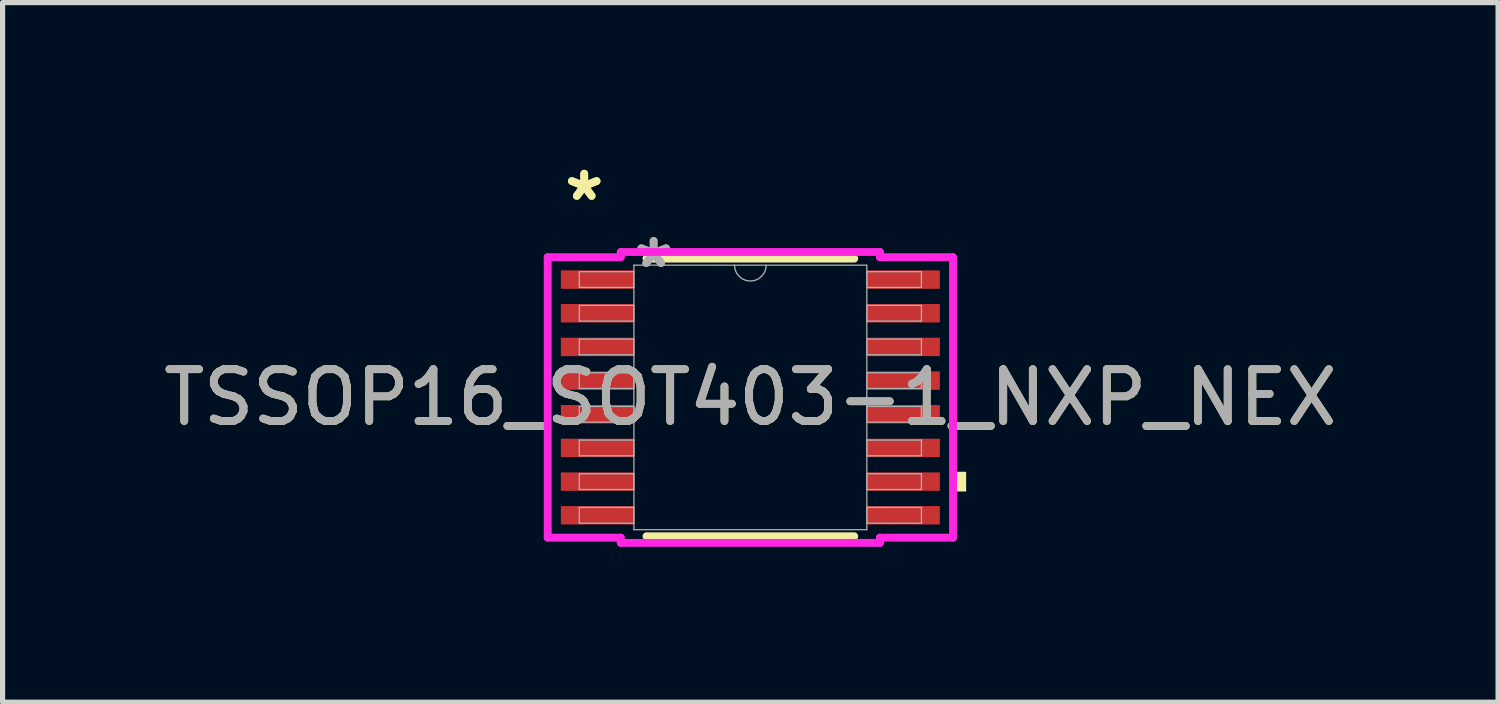
<source format=kicad_pcb>
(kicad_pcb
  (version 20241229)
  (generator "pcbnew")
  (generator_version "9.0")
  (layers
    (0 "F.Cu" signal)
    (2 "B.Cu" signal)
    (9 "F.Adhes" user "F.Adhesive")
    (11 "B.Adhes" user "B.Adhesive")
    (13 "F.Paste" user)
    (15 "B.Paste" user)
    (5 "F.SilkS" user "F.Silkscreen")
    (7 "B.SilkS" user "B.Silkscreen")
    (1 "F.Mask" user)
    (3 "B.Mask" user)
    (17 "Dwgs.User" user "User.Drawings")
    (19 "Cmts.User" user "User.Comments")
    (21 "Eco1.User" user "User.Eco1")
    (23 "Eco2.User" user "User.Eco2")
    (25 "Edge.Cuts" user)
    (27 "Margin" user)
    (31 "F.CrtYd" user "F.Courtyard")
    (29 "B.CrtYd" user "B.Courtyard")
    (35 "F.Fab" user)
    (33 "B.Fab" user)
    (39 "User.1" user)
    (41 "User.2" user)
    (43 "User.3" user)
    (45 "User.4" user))
  (footprint "TSSOP16_SOT403-1_NXP_NEX"
    (layer "F.Cu")
    (at 11.435 4.622)
    (property "Reference" "TSSOP16_SOT403-1_NXP_NEX" (at 0 0 0) (unlocked yes) (layer "F.SilkS") (effects (font (size 1 1) (thickness 0.15))))
    (attr smd)
    (fp_line (start -2.005 2.68) (end 2.005 2.68) (stroke (width 0.152) (type solid)) (layer "F.SilkS"))
    (fp_line (start 2.005 -2.68) (end -2.005 -2.68) (stroke (width 0.152) (type solid)) (layer "F.SilkS"))
    (fp_poly (pts (xy 4.166 1.435) (xy 4.166 1.816) (xy 3.912 1.816) (xy 3.912 1.435)) (stroke (width 0) (type solid)) (fill yes) (layer "F.SilkS"))
    (fp_line (start -3.912 -2.707) (end -2.502 -2.707) (stroke (width 0.152) (type solid)) (layer "F.CrtYd"))
    (fp_line (start -3.912 2.707) (end -3.912 -2.707) (stroke (width 0.152) (type solid)) (layer "F.CrtYd"))
    (fp_line (start -3.912 2.707) (end -2.502 2.707) (stroke (width 0.152) (type solid)) (layer "F.CrtYd"))
    (fp_line (start -2.502 -2.807) (end 2.502 -2.807) (stroke (width 0.152) (type solid)) (layer "F.CrtYd"))
    (fp_line (start -2.502 -2.707) (end -2.502 -2.807) (stroke (width 0.152) (type solid)) (layer "F.CrtYd"))
    (fp_line (start -2.502 2.807) (end -2.502 2.707) (stroke (width 0.152) (type solid)) (layer "F.CrtYd"))
    (fp_line (start 2.502 -2.807) (end 2.502 -2.707) (stroke (width 0.152) (type solid)) (layer "F.CrtYd"))
    (fp_line (start 2.502 2.707) (end 2.502 2.807) (stroke (width 0.152) (type solid)) (layer "F.CrtYd"))
    (fp_line (start 2.502 2.807) (end -2.502 2.807) (stroke (width 0.152) (type solid)) (layer "F.CrtYd"))
    (fp_line (start 3.912 -2.707) (end 2.502 -2.707) (stroke (width 0.152) (type solid)) (layer "F.CrtYd"))
    (fp_line (start 3.912 -2.707) (end 3.912 2.707) (stroke (width 0.152) (type solid)) (layer "F.CrtYd"))
    (fp_line (start 3.912 2.707) (end 2.502 2.707) (stroke (width 0.152) (type solid)) (layer "F.CrtYd"))
    (fp_line (start -3.302 -2.427) (end -3.302 -2.123) (stroke (width 0.025) (type solid)) (layer "F.Fab"))
    (fp_line (start -3.302 -2.123) (end -2.248 -2.123) (stroke (width 0.025) (type solid)) (layer "F.Fab"))
    (fp_line (start -3.302 -1.777) (end -3.302 -1.473) (stroke (width 0.025) (type solid)) (layer "F.Fab"))
    (fp_line (start -3.302 -1.473) (end -2.248 -1.473) (stroke (width 0.025) (type solid)) (layer "F.Fab"))
    (fp_line (start -3.302 -1.127) (end -3.302 -0.823) (stroke (width 0.025) (type solid)) (layer "F.Fab"))
    (fp_line (start -3.302 -0.823) (end -2.248 -0.823) (stroke (width 0.025) (type solid)) (layer "F.Fab"))
    (fp_line (start -3.302 -0.477) (end -3.302 -0.173) (stroke (width 0.025) (type solid)) (layer "F.Fab"))
    (fp_line (start -3.302 -0.173) (end -2.248 -0.173) (stroke (width 0.025) (type solid)) (layer "F.Fab"))
    (fp_line (start -3.302 0.173) (end -3.302 0.477) (stroke (width 0.025) (type solid)) (layer "F.Fab"))
    (fp_line (start -3.302 0.477) (end -2.248 0.477) (stroke (width 0.025) (type solid)) (layer "F.Fab"))
    (fp_line (start -3.302 0.823) (end -3.302 1.127) (stroke (width 0.025) (type solid)) (layer "F.Fab"))
    (fp_line (start -3.302 1.127) (end -2.248 1.127) (stroke (width 0.025) (type solid)) (layer "F.Fab"))
    (fp_line (start -3.302 1.473) (end -3.302 1.777) (stroke (width 0.025) (type solid)) (layer "F.Fab"))
    (fp_line (start -3.302 1.777) (end -2.248 1.777) (stroke (width 0.025) (type solid)) (layer "F.Fab"))
    (fp_line (start -3.302 2.123) (end -3.302 2.427) (stroke (width 0.025) (type solid)) (layer "F.Fab"))
    (fp_line (start -3.302 2.427) (end -2.248 2.427) (stroke (width 0.025) (type solid)) (layer "F.Fab"))
    (fp_line (start -2.248 -2.553) (end -2.248 2.553) (stroke (width 0.025) (type solid)) (layer "F.Fab"))
    (fp_line (start -2.248 -2.427) (end -3.302 -2.427) (stroke (width 0.025) (type solid)) (layer "F.Fab"))
    (fp_line (start -2.248 -2.123) (end -2.248 -2.427) (stroke (width 0.025) (type solid)) (layer "F.Fab"))
    (fp_line (start -2.248 -1.777) (end -3.302 -1.777) (stroke (width 0.025) (type solid)) (layer "F.Fab"))
    (fp_line (start -2.248 -1.473) (end -2.248 -1.777) (stroke (width 0.025) (type solid)) (layer "F.Fab"))
    (fp_line (start -2.248 -1.127) (end -3.302 -1.127) (stroke (width 0.025) (type solid)) (layer "F.Fab"))
    (fp_line (start -2.248 -0.823) (end -2.248 -1.127) (stroke (width 0.025) (type solid)) (layer "F.Fab"))
    (fp_line (start -2.248 -0.477) (end -3.302 -0.477) (stroke (width 0.025) (type solid)) (layer "F.Fab"))
    (fp_line (start -2.248 -0.173) (end -2.248 -0.477) (stroke (width 0.025) (type solid)) (layer "F.Fab"))
    (fp_line (start -2.248 0.173) (end -3.302 0.173) (stroke (width 0.025) (type solid)) (layer "F.Fab"))
    (fp_line (start -2.248 0.477) (end -2.248 0.173) (stroke (width 0.025) (type solid)) (layer "F.Fab"))
    (fp_line (start -2.248 0.823) (end -3.302 0.823) (stroke (width 0.025) (type solid)) (layer "F.Fab"))
    (fp_line (start -2.248 1.127) (end -2.248 0.823) (stroke (width 0.025) (type solid)) (layer "F.Fab"))
    (fp_line (start -2.248 1.473) (end -3.302 1.473) (stroke (width 0.025) (type solid)) (layer "F.Fab"))
    (fp_line (start -2.248 1.777) (end -2.248 1.473) (stroke (width 0.025) (type solid)) (layer "F.Fab"))
    (fp_line (start -2.248 2.123) (end -3.302 2.123) (stroke (width 0.025) (type solid)) (layer "F.Fab"))
    (fp_line (start -2.248 2.427) (end -2.248 2.123) (stroke (width 0.025) (type solid)) (layer "F.Fab"))
    (fp_line (start -2.248 2.553) (end 2.248 2.553) (stroke (width 0.025) (type solid)) (layer "F.Fab"))
    (fp_line (start 2.248 -2.553) (end -2.248 -2.553) (stroke (width 0.025) (type solid)) (layer "F.Fab"))
    (fp_line (start 2.248 -2.427) (end 2.248 -2.123) (stroke (width 0.025) (type solid)) (layer "F.Fab"))
    (fp_line (start 2.248 -2.123) (end 3.302 -2.123) (stroke (width 0.025) (type solid)) (layer "F.Fab"))
    (fp_line (start 2.248 -1.777) (end 2.248 -1.473) (stroke (width 0.025) (type solid)) (layer "F.Fab"))
    (fp_line (start 2.248 -1.473) (end 3.302 -1.473) (stroke (width 0.025) (type solid)) (layer "F.Fab"))
    (fp_line (start 2.248 -1.127) (end 2.248 -0.823) (stroke (width 0.025) (type solid)) (layer "F.Fab"))
    (fp_line (start 2.248 -0.823) (end 3.302 -0.823) (stroke (width 0.025) (type solid)) (layer "F.Fab"))
    (fp_line (start 2.248 -0.477) (end 2.248 -0.173) (stroke (width 0.025) (type solid)) (layer "F.Fab"))
    (fp_line (start 2.248 -0.173) (end 3.302 -0.173) (stroke (width 0.025) (type solid)) (layer "F.Fab"))
    (fp_line (start 2.248 0.173) (end 2.248 0.477) (stroke (width 0.025) (type solid)) (layer "F.Fab"))
    (fp_line (start 2.248 0.477) (end 3.302 0.477) (stroke (width 0.025) (type solid)) (layer "F.Fab"))
    (fp_line (start 2.248 0.823) (end 2.248 1.127) (stroke (width 0.025) (type solid)) (layer "F.Fab"))
    (fp_line (start 2.248 1.127) (end 3.302 1.127) (stroke (width 0.025) (type solid)) (layer "F.Fab"))
    (fp_line (start 2.248 1.473) (end 2.248 1.777) (stroke (width 0.025) (type solid)) (layer "F.Fab"))
    (fp_line (start 2.248 1.777) (end 3.302 1.777) (stroke (width 0.025) (type solid)) (layer "F.Fab"))
    (fp_line (start 2.248 2.123) (end 2.248 2.427) (stroke (width 0.025) (type solid)) (layer "F.Fab"))
    (fp_line (start 2.248 2.427) (end 3.302 2.427) (stroke (width 0.025) (type solid)) (layer "F.Fab"))
    (fp_line (start 2.248 2.553) (end 2.248 -2.553) (stroke (width 0.025) (type solid)) (layer "F.Fab"))
    (fp_line (start 3.302 -2.427) (end 2.248 -2.427) (stroke (width 0.025) (type solid)) (layer "F.Fab"))
    (fp_line (start 3.302 -2.123) (end 3.302 -2.427) (stroke (width 0.025) (type solid)) (layer "F.Fab"))
    (fp_line (start 3.302 -1.777) (end 2.248 -1.777) (stroke (width 0.025) (type solid)) (layer "F.Fab"))
    (fp_line (start 3.302 -1.473) (end 3.302 -1.777) (stroke (width 0.025) (type solid)) (layer "F.Fab"))
    (fp_line (start 3.302 -1.127) (end 2.248 -1.127) (stroke (width 0.025) (type solid)) (layer "F.Fab"))
    (fp_line (start 3.302 -0.823) (end 3.302 -1.127) (stroke (width 0.025) (type solid)) (layer "F.Fab"))
    (fp_line (start 3.302 -0.477) (end 2.248 -0.477) (stroke (width 0.025) (type solid)) (layer "F.Fab"))
    (fp_line (start 3.302 -0.173) (end 3.302 -0.477) (stroke (width 0.025) (type solid)) (layer "F.Fab"))
    (fp_line (start 3.302 0.173) (end 2.248 0.173) (stroke (width 0.025) (type solid)) (layer "F.Fab"))
    (fp_line (start 3.302 0.477) (end 3.302 0.173) (stroke (width 0.025) (type solid)) (layer "F.Fab"))
    (fp_line (start 3.302 0.823) (end 2.248 0.823) (stroke (width 0.025) (type solid)) (layer "F.Fab"))
    (fp_line (start 3.302 1.127) (end 3.302 0.823) (stroke (width 0.025) (type solid)) (layer "F.Fab"))
    (fp_line (start 3.302 1.473) (end 2.248 1.473) (stroke (width 0.025) (type solid)) (layer "F.Fab"))
    (fp_line (start 3.302 1.777) (end 3.302 1.473) (stroke (width 0.025) (type solid)) (layer "F.Fab"))
    (fp_line (start 3.302 2.123) (end 2.248 2.123) (stroke (width 0.025) (type solid)) (layer "F.Fab"))
    (fp_line (start 3.302 2.427) (end 3.302 2.123) (stroke (width 0.025) (type solid)) (layer "F.Fab"))
    (fp_arc (start 0.3048 -2.5527) (mid 0 -2.2479) (end -0.3048 -2.5527) (stroke (width 0.0254) (type solid)) (layer "F.Fab"))
    (fp_text user "*" (at -3.207 -3.774 0) (unlocked yes) (layer "F.SilkS") (effects (font (size 1 1) (thickness 0.15))))
    (fp_text user "*" (at -3.207 -3.774 0) (layer "F.SilkS") (effects (font (size 1 1) (thickness 0.15))))
    (fp_text user "*" (at -1.867 -2.477 0) (unlocked yes) (layer "F.Fab") (effects (font (size 1 1) (thickness 0.15))))
    (fp_text user "${REFERENCE}" (at 0 0 0) (unlocked yes) (layer "F.Fab") (effects (font (size 1 1) (thickness 0.15))))
    (fp_text user "*" (at -1.867 -2.477 0) (layer "F.Fab") (effects (font (size 1 1) (thickness 0.15))))
    (pad "1" smd rect (at -2.953 -2.275) (size 1.41 0.356) (layers "F.Cu" "F.Mask" "F.Paste"))
    (pad "2" smd rect (at -2.953 -1.625) (size 1.41 0.356) (layers "F.Cu" "F.Mask" "F.Paste"))
    (pad "3" smd rect (at -2.953 -0.975) (size 1.41 0.356) (layers "F.Cu" "F.Mask" "F.Paste"))
    (pad "4" smd rect (at -2.953 -0.325) (size 1.41 0.356) (layers "F.Cu" "F.Mask" "F.Paste"))
    (pad "5" smd rect (at -2.953 0.325) (size 1.41 0.356) (layers "F.Cu" "F.Mask" "F.Paste"))
    (pad "6" smd rect (at -2.953 0.975) (size 1.41 0.356) (layers "F.Cu" "F.Mask" "F.Paste"))
    (pad "7" smd rect (at -2.953 1.625) (size 1.41 0.356) (layers "F.Cu" "F.Mask" "F.Paste"))
    (pad "8" smd rect (at -2.953 2.275) (size 1.41 0.356) (layers "F.Cu" "F.Mask" "F.Paste"))
    (pad "9" smd rect (at 2.953 2.275) (size 1.41 0.356) (layers "F.Cu" "F.Mask" "F.Paste"))
    (pad "10" smd rect (at 2.953 1.625) (size 1.41 0.356) (layers "F.Cu" "F.Mask" "F.Paste"))
    (pad "11" smd rect (at 2.953 0.975) (size 1.41 0.356) (layers "F.Cu" "F.Mask" "F.Paste"))
    (pad "12" smd rect (at 2.953 0.325) (size 1.41 0.356) (layers "F.Cu" "F.Mask" "F.Paste"))
    (pad "13" smd rect (at 2.953 -0.325) (size 1.41 0.356) (layers "F.Cu" "F.Mask" "F.Paste"))
    (pad "14" smd rect (at 2.953 -0.975) (size 1.41 0.356) (layers "F.Cu" "F.Mask" "F.Paste"))
    (pad "15" smd rect (at 2.953 -1.625) (size 1.41 0.356) (layers "F.Cu" "F.Mask" "F.Paste"))
    (pad "16" smd rect (at 2.953 -2.275) (size 1.41 0.356) (layers "F.Cu" "F.Mask" "F.Paste")))
  (gr_rect
    (start -3 -3)
    (end 25.869 10.505)
    (stroke (width 0.1) (type default))
    (fill no)
    (layer "Edge.Cuts")))
</source>
